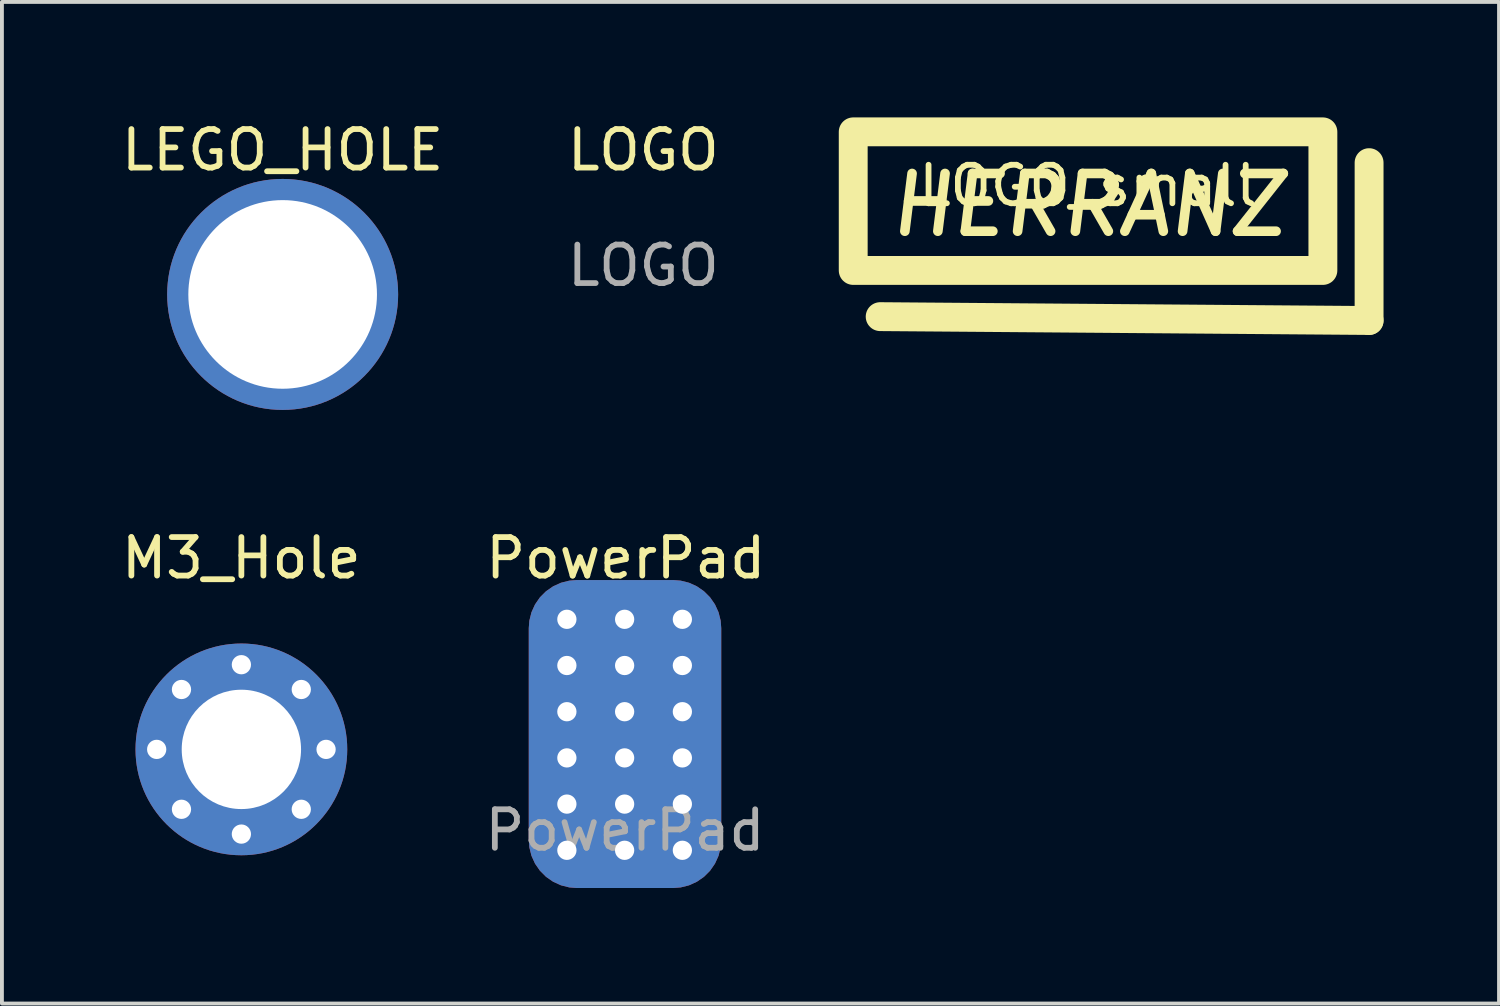
<source format=kicad_pcb>
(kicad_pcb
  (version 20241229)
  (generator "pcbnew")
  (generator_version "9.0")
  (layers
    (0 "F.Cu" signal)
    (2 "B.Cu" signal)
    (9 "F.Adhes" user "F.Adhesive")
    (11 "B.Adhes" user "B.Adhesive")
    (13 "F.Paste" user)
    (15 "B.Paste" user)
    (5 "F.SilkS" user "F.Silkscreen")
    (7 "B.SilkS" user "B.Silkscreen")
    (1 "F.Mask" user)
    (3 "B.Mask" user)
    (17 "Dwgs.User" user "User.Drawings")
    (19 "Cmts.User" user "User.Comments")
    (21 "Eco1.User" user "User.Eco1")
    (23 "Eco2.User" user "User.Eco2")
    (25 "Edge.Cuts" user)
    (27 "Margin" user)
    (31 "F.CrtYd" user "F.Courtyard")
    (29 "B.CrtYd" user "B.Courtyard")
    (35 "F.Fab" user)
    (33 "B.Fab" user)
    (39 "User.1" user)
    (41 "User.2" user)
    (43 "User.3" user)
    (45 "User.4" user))
  (footprint "LOGO_small"
    (layer "F.Cu")
    (at 25.213 2.275)
    (property "Reference" "LOGO_small" (at 0 -0.5 0) (unlocked yes) (layer "F.SilkS") (effects (font (size 1 1) (thickness 0.15))))
    (attr smd)
    (fp_line (start 7.3 -1.1) (end 7.3 3) (stroke (width 0.75) (type solid)) (layer "F.SilkS"))
    (fp_line (start 7.3 3) (end -5.4 2.9) (stroke (width 0.75) (type solid)) (layer "F.SilkS"))
    (fp_rect (start -6.1 -1.9) (end 6.1 1.7) (stroke (width 0.75) (type solid)) (fill no) (layer "F.SilkS"))
    (fp_text user "HERRANZ" (at 0 0 0) (unlocked yes) (layer "F.SilkS") (effects (font (size 1.5 1.5) (thickness 0.25) (italic yes)))))
  (footprint "LEGO_HOLE"
    (layer "F.Cu")
    (at 4.292 4.598)
    (property "Reference" "LEGO_HOLE" (at 0 -3.75 0) (unlocked yes) (layer "F.SilkS") (effects (font (size 1 1) (thickness 0.15))))
    (attr through_hole exclude_from_bom)
    (pad "" thru_hole circle (at 0 0) (size 6 6) (drill 4.9) (layers "*.Cu" "*.Mask")))
  (footprint "LOGO"
    (layer "F.Cu")
    (at 13.661 1.348)
    (property "Reference" "LOGO" (at 0 -0.5 0) (unlocked yes) (layer "F.SilkS") (effects (font (size 1 1) (thickness 0.15))))
    (attr smd)
    (fp_text user "${REFERENCE}" (at 0 2.5 0) (unlocked yes) (layer "F.Fab") (effects (font (size 1 1) (thickness 0.15)))))
  (footprint "PowerPad"
    (layer "F.Cu")
    (at 13.185 16.017)
    (property "Reference" "PowerPad" (at 0.02 -4.57 0) (unlocked yes) (layer "F.SilkS") (effects (font (size 1 1) (thickness 0.15))))
    (attr smd)
    (fp_text user "${REFERENCE}" (at 0 2.5 0) (unlocked yes) (layer "F.Fab") (effects (font (size 1 1) (thickness 0.15))))
    (pad "1" thru_hole circle (at -1.51 -2.98) (size 1 1) (drill 0.5) (property pad_prop_heatsink) (layers "*.Cu" "*.Mask"))
    (pad "1" thru_hole circle (at -1.51 -1.78) (size 1 1) (drill 0.5) (property pad_prop_heatsink) (layers "*.Cu" "*.Mask"))
    (pad "1" thru_hole circle (at -1.51 -0.58) (size 1 1) (drill 0.5) (property pad_prop_heatsink) (layers "*.Cu" "*.Mask"))
    (pad "1" thru_hole circle (at -1.51 0.62) (size 1 1) (drill 0.5) (property pad_prop_heatsink) (layers "*.Cu" "*.Mask"))
    (pad "1" thru_hole circle (at -1.51 1.82) (size 1 1) (drill 0.5) (property pad_prop_heatsink) (layers "*.Cu" "*.Mask"))
    (pad "1" thru_hole circle (at -1.51 3.02) (size 1 1) (drill 0.5) (property pad_prop_heatsink) (layers "*.Cu" "*.Mask"))
    (pad "1" thru_hole circle (at -0.01 -2.98) (size 1 1) (drill 0.5) (property pad_prop_heatsink) (layers "*.Cu" "*.Mask"))
    (pad "1" thru_hole circle (at -0.01 -1.78) (size 1 1) (drill 0.5) (property pad_prop_heatsink) (layers "*.Cu" "*.Mask"))
    (pad "1" thru_hole circle (at -0.01 -0.58) (size 1 1) (drill 0.5) (property pad_prop_heatsink) (layers "*.Cu" "*.Mask"))
    (pad "1" thru_hole circle (at -0.01 0.62) (size 1 1) (drill 0.5) (property pad_prop_heatsink) (layers "*.Cu" "*.Mask"))
    (pad "1" thru_hole circle (at -0.01 1.82) (size 1 1) (drill 0.5) (property pad_prop_heatsink) (layers "*.Cu" "*.Mask"))
    (pad "1" thru_hole circle (at -0.01 3.02) (size 1 1) (drill 0.5) (property pad_prop_heatsink) (layers "*.Cu" "*.Mask"))
    (pad "1" smd roundrect (at 0 0) (size 5 8) (layers "F.Cu" "F.Mask" "F.Paste") (roundrect_rratio 0.25))
    (pad "1" smd roundrect (at 0 0) (size 5 8) (layers "F.Mask" "B.Cu" "F.Paste") (roundrect_rratio 0.25))
    (pad "1" thru_hole circle (at 1.49 -2.98) (size 1 1) (drill 0.5) (property pad_prop_heatsink) (layers "*.Cu" "*.Mask"))
    (pad "1" thru_hole circle (at 1.49 -1.78) (size 1 1) (drill 0.5) (property pad_prop_heatsink) (layers "*.Cu" "*.Mask"))
    (pad "1" thru_hole circle (at 1.49 -0.58) (size 1 1) (drill 0.5) (property pad_prop_heatsink) (layers "*.Cu" "*.Mask"))
    (pad "1" thru_hole circle (at 1.49 0.62) (size 1 1) (drill 0.5) (property pad_prop_heatsink) (layers "*.Cu" "*.Mask"))
    (pad "1" thru_hole circle (at 1.49 1.82) (size 1 1) (drill 0.5) (property pad_prop_heatsink) (layers "*.Cu" "*.Mask"))
    (pad "1" thru_hole circle (at 1.49 3.02) (size 1 1) (drill 0.5) (property pad_prop_heatsink) (layers "*.Cu" "*.Mask")))
  (footprint "M3_Hole"
    (layer "F.Cu")
    (at 3.22 16.416)
    (property "Reference" "M3_Hole" (at 0 -4.97 0) (unlocked yes) (layer "F.SilkS") (effects (font (size 1 1) (thickness 0.15))))
    (attr through_hole)
    (pad "1" thru_hole circle (at -2.2 0) (size 0.7 0.7) (drill 0.5) (layers "*.Cu" "*.Mask"))
    (pad "1" thru_hole circle (at -1.556 -1.556) (size 0.7 0.7) (drill 0.5) (layers "*.Cu" "*.Mask"))
    (pad "1" thru_hole circle (at -1.556 1.556) (size 0.7 0.7) (drill 0.5) (layers "*.Cu" "*.Mask"))
    (pad "1" thru_hole circle (at 0 -2.2) (size 0.7 0.7) (drill 0.5) (layers "*.Cu" "*.Mask"))
    (pad "1" thru_hole circle (at 0 0) (size 5.5 5.5) (drill 3.1) (layers "*.Cu" "*.Mask"))
    (pad "1" thru_hole circle (at 0 2.2) (size 0.7 0.7) (drill 0.5) (layers "*.Cu" "*.Mask"))
    (pad "1" thru_hole circle (at 1.556 -1.556) (size 0.7 0.7) (drill 0.5) (layers "*.Cu" "*.Mask"))
    (pad "1" thru_hole circle (at 1.556 1.556) (size 0.7 0.7) (drill 0.5) (layers "*.Cu" "*.Mask"))
    (pad "1" thru_hole circle (at 2.2 0) (size 0.7 0.7) (drill 0.5) (layers "*.Cu" "*.Mask")))
  (gr_rect
    (start -3 -3)
    (end 35.888 23.017)
    (stroke (width 0.1) (type default))
    (fill no)
    (layer "Edge.Cuts")))
</source>
